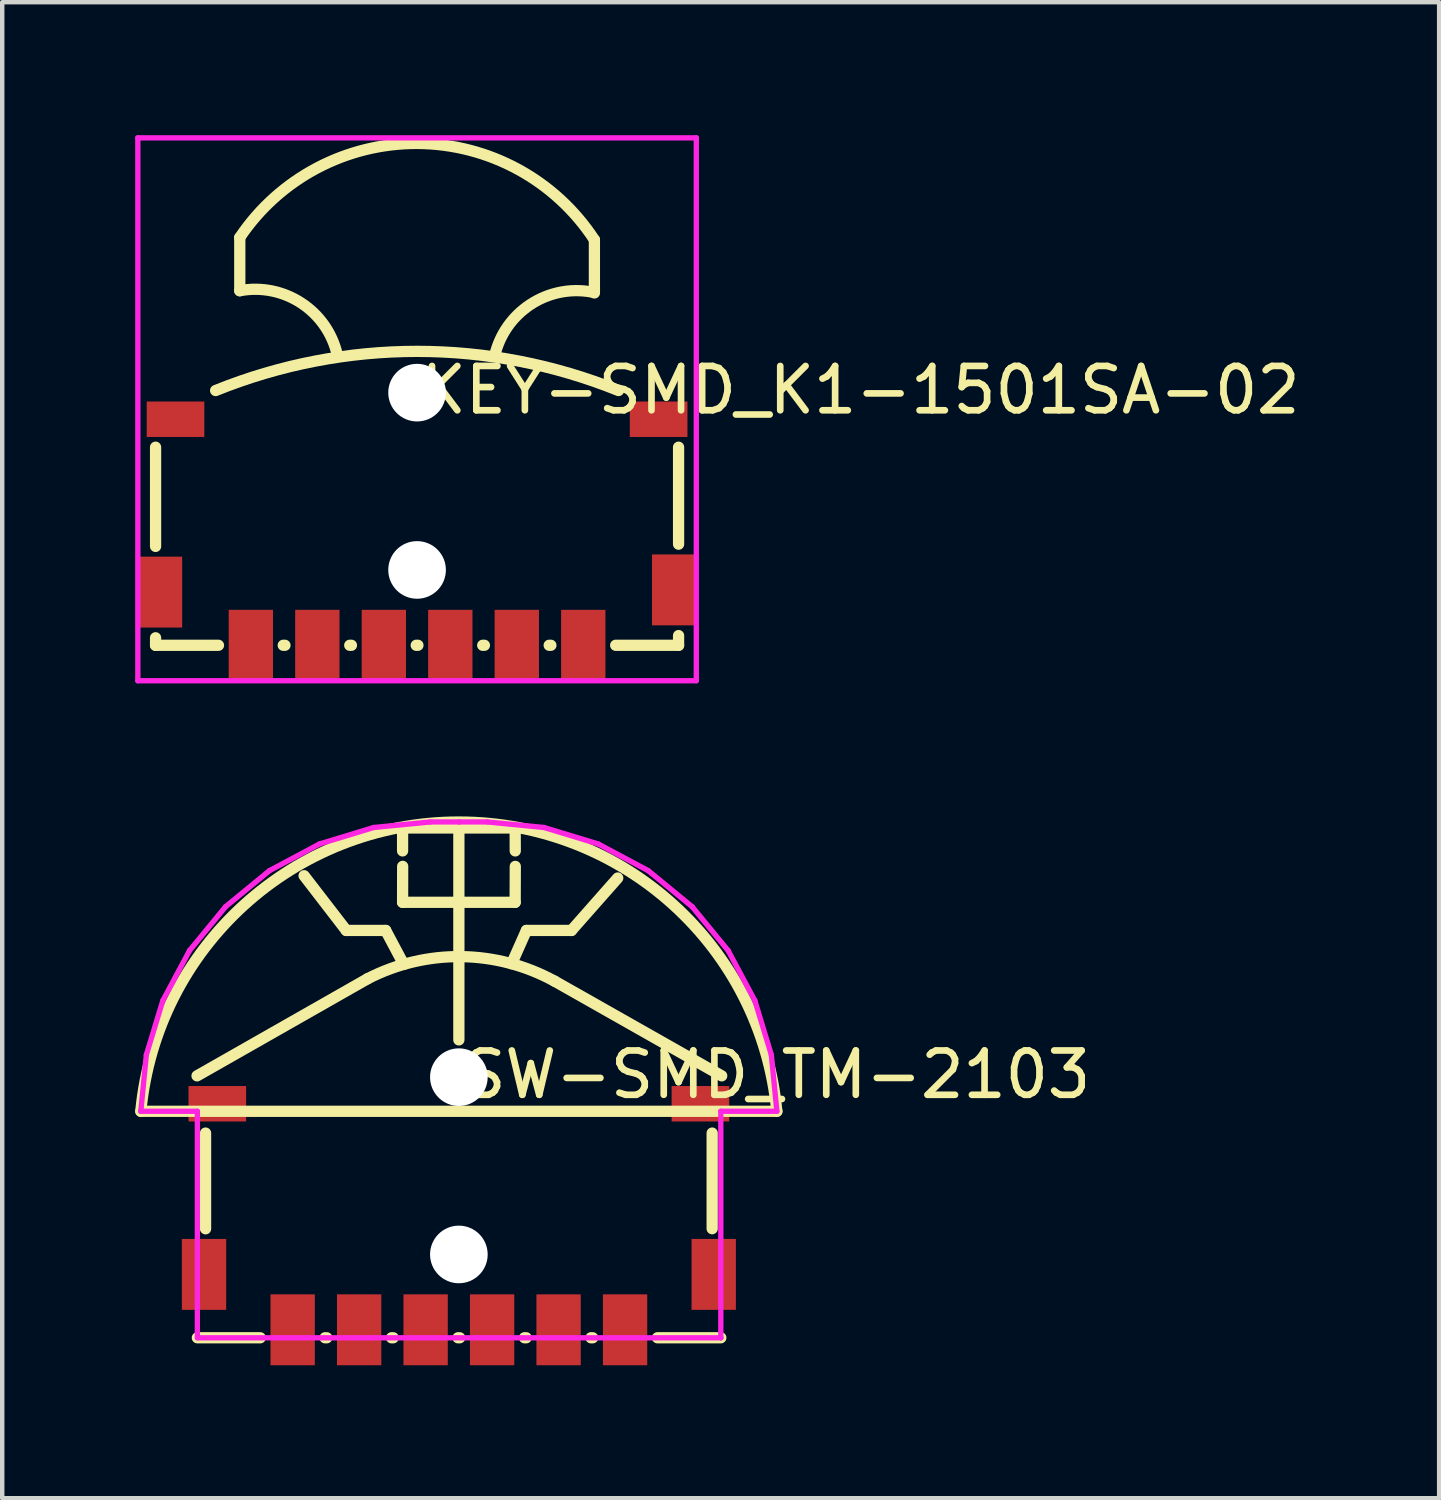
<source format=kicad_pcb>
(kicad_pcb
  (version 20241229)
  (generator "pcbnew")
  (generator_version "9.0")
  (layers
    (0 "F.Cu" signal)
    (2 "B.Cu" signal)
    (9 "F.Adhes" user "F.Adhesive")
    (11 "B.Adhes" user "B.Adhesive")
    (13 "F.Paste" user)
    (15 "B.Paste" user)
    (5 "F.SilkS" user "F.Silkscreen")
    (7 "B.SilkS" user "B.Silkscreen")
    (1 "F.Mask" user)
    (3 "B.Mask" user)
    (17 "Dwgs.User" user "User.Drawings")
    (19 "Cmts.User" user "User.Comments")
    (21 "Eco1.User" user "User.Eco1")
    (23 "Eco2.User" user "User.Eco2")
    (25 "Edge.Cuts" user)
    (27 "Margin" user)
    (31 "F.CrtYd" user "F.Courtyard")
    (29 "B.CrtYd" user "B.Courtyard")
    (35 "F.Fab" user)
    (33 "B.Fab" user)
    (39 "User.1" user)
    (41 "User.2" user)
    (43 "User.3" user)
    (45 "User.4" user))
  (footprint "SW-SMD_TM-2103"
    (layer "F.Cu")
    (at 7.303 24.403)
    (property "Reference" "SW-SMD_TM-2103" (at 0 -3.207 0) (layer "F.SilkS") (effects (font (size 1 1) (thickness 0.15)) (justify left)))
    (attr through_hole)
    (fp_line (start -5.9 2.73) (end -4.481 2.73) (stroke (width 0.254) (type solid)) (layer "F.SilkS"))
    (fp_line (start -5.715 -1.888) (end -5.715 0.271) (stroke (width 0.254) (type solid)) (layer "F.SilkS"))
    (fp_line (start -3.492 -7.695) (end -2.54 -6.46) (stroke (width 0.254) (type solid)) (layer "F.SilkS"))
    (fp_line (start -3.019 2.73) (end -2.981 2.73) (stroke (width 0.254) (type solid)) (layer "F.SilkS"))
    (fp_line (start -2.54 -6.46) (end -1.651 -6.46) (stroke (width 0.254) (type solid)) (layer "F.SilkS"))
    (fp_line (start -2.06 -5.37) (end -5.907 -3.18) (stroke (width 0.254) (type solid)) (layer "F.SilkS"))
    (fp_line (start -1.651 -6.46) (end -1.244 -5.695) (stroke (width 0.254) (type solid)) (layer "F.SilkS"))
    (fp_line (start -1.519 2.73) (end -1.481 2.73) (stroke (width 0.254) (type solid)) (layer "F.SilkS"))
    (fp_line (start -1.27 -8.772) (end 1.27 -8.772) (stroke (width 0.254) (type solid)) (layer "F.SilkS"))
    (fp_line (start -1.27 -8.255) (end -1.27 -8.772) (stroke (width 0.254) (type solid)) (layer "F.SilkS"))
    (fp_line (start -1.27 -7.095) (end 1.27 -7.095) (stroke (width 0.254) (type solid)) (layer "F.SilkS"))
    (fp_line (start -1.268 -7.906) (end -1.27 -7.095) (stroke (width 0.254) (type solid)) (layer "F.SilkS"))
    (fp_line (start -0.019 2.73) (end 0.019 2.73) (stroke (width 0.254) (type solid)) (layer "F.SilkS"))
    (fp_line (start 0 -3.991) (end 0 -8.88) (stroke (width 0.254) (type solid)) (layer "F.SilkS"))
    (fp_line (start 1.27 -8.772) (end 1.272 -8.255) (stroke (width 0.254) (type solid)) (layer "F.SilkS"))
    (fp_line (start 1.27 -7.095) (end 1.273 -7.905) (stroke (width 0.254) (type solid)) (layer "F.SilkS"))
    (fp_line (start 1.481 2.73) (end 1.519 2.73) (stroke (width 0.254) (type solid)) (layer "F.SilkS"))
    (fp_line (start 1.524 -6.46) (end 1.19 -5.709) (stroke (width 0.254) (type solid)) (layer "F.SilkS"))
    (fp_line (start 2.159 -5.317) (end 5.93 -3.18) (stroke (width 0.254) (type solid)) (layer "F.SilkS"))
    (fp_line (start 2.54 -6.46) (end 1.524 -6.46) (stroke (width 0.254) (type solid)) (layer "F.SilkS"))
    (fp_line (start 2.981 2.73) (end 3.019 2.73) (stroke (width 0.254) (type solid)) (layer "F.SilkS"))
    (fp_line (start 3.584 -7.643) (end 2.54 -6.46) (stroke (width 0.254) (type solid)) (layer "F.SilkS"))
    (fp_line (start 4.481 2.73) (end 5.91 2.73) (stroke (width 0.254) (type solid)) (layer "F.SilkS"))
    (fp_line (start 5.715 -1.888) (end 5.715 0.269) (stroke (width 0.254) (type solid)) (layer "F.SilkS"))
    (fp_line (start 7.175 -2.38) (end -7.175 -2.38) (stroke (width 0.254) (type solid)) (layer "F.SilkS"))
    (fp_arc (start -7.176 -2.38) (mid -0.000765 -8.907151) (end 7.174044 -2.379533) (stroke (width 0.254) (type solid)) (layer "F.SilkS"))
    (fp_arc (start -2.06 -5.37) (mid 0.05557 -5.869586) (end 2.157881 -5.316853) (stroke (width 0.254) (type solid)) (layer "F.SilkS"))
    (fp_circle (center -7.176 -8.908) (end -7.146 -8.908) (stroke (width 0.06) (type solid)) (fill no) (layer "Eco2.User"))
    (fp_poly (pts (xy -5.95 0.8) (xy -5.55 0.8) (xy -5.55 1.8) (xy -5.95 1.8)) (stroke (width 0.12) (type solid)) (fill no) (layer "Eco2.User"))
    (fp_poly (pts (xy -5.85 -2.7) (xy -5.05 -2.7) (xy -5.05 -2.4) (xy -5.85 -2.4)) (stroke (width 0.12) (type solid)) (fill no) (layer "Eco2.User"))
    (fp_poly (pts (xy -3.95 1.73) (xy -3.55 1.73) (xy -3.55 2.73) (xy -3.95 2.73)) (stroke (width 0.12) (type solid)) (fill no) (layer "Eco2.User"))
    (fp_poly (pts (xy -2.45 1.73) (xy -2.05 1.73) (xy -2.05 2.73) (xy -2.45 2.73)) (stroke (width 0.12) (type solid)) (fill no) (layer "Eco2.User"))
    (fp_poly (pts (xy -0.95 1.73) (xy -0.55 1.73) (xy -0.55 2.73) (xy -0.95 2.73)) (stroke (width 0.12) (type solid)) (fill no) (layer "Eco2.User"))
    (fp_poly (pts (xy 0.55 1.73) (xy 0.95 1.73) (xy 0.95 2.73) (xy 0.55 2.73)) (stroke (width 0.12) (type solid)) (fill no) (layer "Eco2.User"))
    (fp_poly (pts (xy 2.05 1.73) (xy 2.45 1.73) (xy 2.45 2.73) (xy 2.05 2.73)) (stroke (width 0.12) (type solid)) (fill no) (layer "Eco2.User"))
    (fp_poly (pts (xy 3.55 1.73) (xy 3.95 1.73) (xy 3.95 2.73) (xy 3.55 2.73)) (stroke (width 0.12) (type solid)) (fill no) (layer "Eco2.User"))
    (fp_poly (pts (xy 5.05 -2.7) (xy 5.85 -2.7) (xy 5.85 -2.4) (xy 5.05 -2.4)) (stroke (width 0.12) (type solid)) (fill no) (layer "Eco2.User"))
    (fp_poly (pts (xy 5.55 0.8) (xy 5.95 0.8) (xy 5.95 1.8) (xy 5.55 1.8)) (stroke (width 0.12) (type solid)) (fill no) (layer "Eco2.User"))
    (fp_line (start -7.176 -2.38) (end -7.051 -3.654) (stroke (width 0.12) (type solid)) (layer "F.CrtYd"))
    (fp_line (start -7.051 -3.654) (end -6.679 -4.878) (stroke (width 0.12) (type solid)) (layer "F.CrtYd"))
    (fp_line (start -6.679 -4.878) (end -6.076 -6.007) (stroke (width 0.12) (type solid)) (layer "F.CrtYd"))
    (fp_line (start -6.076 -6.007) (end -5.264 -6.996) (stroke (width 0.12) (type solid)) (layer "F.CrtYd"))
    (fp_line (start -5.9 -2.38) (end -7.176 -2.38) (stroke (width 0.12) (type solid)) (layer "F.CrtYd"))
    (fp_line (start -5.9 2.73) (end -5.9 -2.38) (stroke (width 0.12) (type solid)) (layer "F.CrtYd"))
    (fp_line (start -5.264 -6.996) (end -4.275 -7.808) (stroke (width 0.12) (type solid)) (layer "F.CrtYd"))
    (fp_line (start -4.275 -7.808) (end -3.146 -8.411) (stroke (width 0.12) (type solid)) (layer "F.CrtYd"))
    (fp_line (start -3.146 -8.411) (end -1.922 -8.783) (stroke (width 0.12) (type solid)) (layer "F.CrtYd"))
    (fp_line (start -1.922 -8.783) (end -0.648 -8.908) (stroke (width 0.12) (type solid)) (layer "F.CrtYd"))
    (fp_line (start -0.648 -8.908) (end 0.01 -8.908) (stroke (width 0.12) (type solid)) (layer "F.CrtYd"))
    (fp_line (start 0.01 -8.908) (end 0.647 -8.908) (stroke (width 0.12) (type solid)) (layer "F.CrtYd"))
    (fp_line (start 0.647 -8.908) (end 1.921 -8.783) (stroke (width 0.12) (type solid)) (layer "F.CrtYd"))
    (fp_line (start 1.921 -8.783) (end 3.145 -8.411) (stroke (width 0.12) (type solid)) (layer "F.CrtYd"))
    (fp_line (start 3.145 -8.411) (end 4.274 -7.808) (stroke (width 0.12) (type solid)) (layer "F.CrtYd"))
    (fp_line (start 4.274 -7.808) (end 5.263 -6.996) (stroke (width 0.12) (type solid)) (layer "F.CrtYd"))
    (fp_line (start 5.263 -6.996) (end 6.075 -6.007) (stroke (width 0.12) (type solid)) (layer "F.CrtYd"))
    (fp_line (start 5.91 -2.38) (end 5.91 2.73) (stroke (width 0.12) (type solid)) (layer "F.CrtYd"))
    (fp_line (start 5.91 2.73) (end -5.9 2.73) (stroke (width 0.12) (type solid)) (layer "F.CrtYd"))
    (fp_line (start 5.91 2.73) (end 5.91 2.73) (stroke (width 0.12) (type solid)) (layer "F.CrtYd"))
    (fp_line (start 6.075 -6.007) (end 6.678 -4.878) (stroke (width 0.12) (type solid)) (layer "F.CrtYd"))
    (fp_line (start 6.678 -4.878) (end 7.05 -3.654) (stroke (width 0.12) (type solid)) (layer "F.CrtYd"))
    (fp_line (start 7.05 -3.654) (end 7.175 -2.38) (stroke (width 0.12) (type solid)) (layer "F.CrtYd"))
    (fp_line (start 7.175 -2.38) (end 5.91 -2.38) (stroke (width 0.12) (type solid)) (layer "F.CrtYd"))
    (pad "" np_thru_hole circle (at 0 -3.15) (size 1.3 1.3) (drill 1.3) (layers "*.Cu" "*.Mask"))
    (pad "" np_thru_hole circle (at 0 0.85) (size 1.3 1.3) (drill 1.3) (layers "*.Cu" "*.Mask"))
    (pad "a" smd rect (at -5.45 -2.55) (size 1.3 0.8) (layers "F.Cu" "F.Mask" "F.Paste"))
    (pad "a" smd rect (at 5.45 -2.55) (size 1.3 0.8) (layers "F.Cu" "F.Mask" "F.Paste"))
    (pad "b" smd rect (at 3.75 2.55) (size 1 1.6) (layers "F.Cu" "F.Mask" "F.Paste"))
    (pad "c" smd rect (at 2.25 2.55) (size 1 1.6) (layers "F.Cu" "F.Mask" "F.Paste"))
    (pad "d" smd rect (at 0.75 2.55) (size 1 1.6) (layers "F.Cu" "F.Mask" "F.Paste"))
    (pad "e" smd rect (at -0.75 2.55) (size 1 1.6) (layers "F.Cu" "F.Mask" "F.Paste"))
    (pad "f" smd rect (at -2.25 2.55) (size 1 1.6) (layers "F.Cu" "F.Mask" "F.Paste"))
    (pad "g" smd rect (at -3.75 2.55) (size 1 1.6) (layers "F.Cu" "F.Mask" "F.Paste"))
    (pad "s" smd rect (at -5.75 1.3) (size 1 1.6) (layers "F.Cu" "F.Mask" "F.Paste"))
    (pad "s" smd rect (at 5.75 1.3) (size 1 1.6) (layers "F.Cu" "F.Mask" "F.Paste")))
  (footprint "KEY-SMD_K1-1501SA-02"
    (layer "F.Cu")
    (at 6.36 8.959)
    (property "Reference" "KEY-SMD_K1-1501SA-02" (at 0 -3.207 0) (layer "F.SilkS") (effects (font (size 1 1) (thickness 0.15)) (justify left)))
    (attr through_hole)
    (fp_line (start -5.9 0.319) (end -5.9 -1.919) (stroke (width 0.254) (type solid)) (layer "F.SilkS"))
    (fp_line (start -5.9 2.55) (end -5.9 2.381) (stroke (width 0.254) (type solid)) (layer "F.SilkS"))
    (fp_line (start -5.9 2.55) (end -4.481 2.55) (stroke (width 0.254) (type solid)) (layer "F.SilkS"))
    (fp_line (start -4 -6.65) (end -4 -5.45) (stroke (width 0.254) (type solid)) (layer "F.SilkS"))
    (fp_line (start -3.019 2.55) (end -2.981 2.55) (stroke (width 0.254) (type solid)) (layer "F.SilkS"))
    (fp_line (start -1.519 2.55) (end -1.481 2.55) (stroke (width 0.254) (type solid)) (layer "F.SilkS"))
    (fp_line (start -0.019 2.55) (end 0.019 2.55) (stroke (width 0.254) (type solid)) (layer "F.SilkS"))
    (fp_line (start 1.481 2.55) (end 1.519 2.55) (stroke (width 0.254) (type solid)) (layer "F.SilkS"))
    (fp_line (start 2.981 2.55) (end 3.019 2.55) (stroke (width 0.254) (type solid)) (layer "F.SilkS"))
    (fp_line (start 4.001 -6.599) (end 4.001 -5.4) (stroke (width 0.254) (type solid)) (layer "F.SilkS"))
    (fp_line (start 4.481 2.55) (end 5.9 2.55) (stroke (width 0.254) (type solid)) (layer "F.SilkS"))
    (fp_line (start 5.9 0.269) (end 5.9 -1.919) (stroke (width 0.254) (type solid)) (layer "F.SilkS"))
    (fp_line (start 5.9 2.55) (end 5.9 2.331) (stroke (width 0.254) (type solid)) (layer "F.SilkS"))
    (fp_arc (start -4.544802 -3.19808) (mid 0.000107 -4.081478) (end 4.545 -3.198) (stroke (width 0.254) (type solid)) (layer "F.SilkS"))
    (fp_arc (start -4.000657 -5.449851) (mid -2.607717 -5.169066) (end -1.8 -4) (stroke (width 0.254) (type solid)) (layer "F.SilkS"))
    (fp_arc (start -4.00048 -6.650556) (mid 0.013329 -8.772635) (end 4 -6.6) (stroke (width 0.254) (type solid)) (layer "F.SilkS"))
    (fp_arc (start 1.748 -3.969) (mid 2.555725 -5.138071) (end 3.948676 -5.418847) (stroke (width 0.254) (type solid)) (layer "F.SilkS"))
    (fp_circle (center -6.3 3.35) (end -6.27 3.35) (stroke (width 0.06) (type solid)) (fill no) (layer "Eco2.User"))
    (fp_circle (center 0 -3.15) (end 0.275 -3.15) (stroke (width 0.55) (type solid)) (fill no) (layer "Eco2.User"))
    (fp_circle (center 0 0.85) (end 0.275 0.85) (stroke (width 0.55) (type solid)) (fill no) (layer "Eco2.User"))
    (fp_poly (pts (xy -6.3 0.55) (xy -5.3 0.55) (xy -5.3 2.15) (xy -6.3 2.15)) (stroke (width 0.12) (type solid)) (fill no) (layer "Eco2.User"))
    (fp_poly (pts (xy -6.1 -2.15) (xy -6.1 -2.95) (xy -4.8 -2.95) (xy -4.8 -2.15)) (stroke (width 0.12) (type solid)) (fill no) (layer "Eco2.User"))
    (fp_poly (pts (xy -4.25 1.75) (xy -3.25 1.75) (xy -3.25 3.35) (xy -4.25 3.35)) (stroke (width 0.12) (type solid)) (fill no) (layer "Eco2.User"))
    (fp_poly (pts (xy -2.75 1.75) (xy -1.75 1.75) (xy -1.75 3.35) (xy -2.75 3.35)) (stroke (width 0.12) (type solid)) (fill no) (layer "Eco2.User"))
    (fp_poly (pts (xy -1.25 1.75) (xy -0.25 1.75) (xy -0.25 3.35) (xy -1.25 3.35)) (stroke (width 0.12) (type solid)) (fill no) (layer "Eco2.User"))
    (fp_poly (pts (xy 0.25 1.75) (xy 1.25 1.75) (xy 1.25 3.35) (xy 0.25 3.35)) (stroke (width 0.12) (type solid)) (fill no) (layer "Eco2.User"))
    (fp_poly (pts (xy 1.75 1.75) (xy 2.75 1.75) (xy 2.75 3.35) (xy 1.75 3.35)) (stroke (width 0.12) (type solid)) (fill no) (layer "Eco2.User"))
    (fp_poly (pts (xy 3.25 1.75) (xy 4.25 1.75) (xy 4.25 3.35) (xy 3.25 3.35)) (stroke (width 0.12) (type solid)) (fill no) (layer "Eco2.User"))
    (fp_poly (pts (xy 4.8 -2.15) (xy 4.8 -2.95) (xy 6.1 -2.95) (xy 6.1 -2.15)) (stroke (width 0.12) (type solid)) (fill no) (layer "Eco2.User"))
    (fp_poly (pts (xy 5.3 0.5) (xy 6.3 0.5) (xy 6.3 2.1) (xy 5.3 2.1)) (stroke (width 0.12) (type solid)) (fill no) (layer "Eco2.User"))
    (fp_line (start -6.3 -8.899) (end 6.3 -8.899) (stroke (width 0.12) (type solid)) (layer "F.CrtYd"))
    (fp_line (start -6.3 3.35) (end -6.3 -8.899) (stroke (width 0.12) (type solid)) (layer "F.CrtYd"))
    (fp_line (start 6.3 -8.899) (end 6.3 3.35) (stroke (width 0.12) (type solid)) (layer "F.CrtYd"))
    (fp_line (start 6.3 3.35) (end -6.3 3.35) (stroke (width 0.12) (type solid)) (layer "F.CrtYd"))
    (pad "" np_thru_hole circle (at 0 -3.15) (size 1.3 1.3) (drill 1.3) (layers "*.Cu" "*.Mask"))
    (pad "" np_thru_hole circle (at 0 0.85) (size 1.3 1.3) (drill 1.3) (layers "*.Cu" "*.Mask"))
    (pad "7" smd rect (at -5.8 1.35) (size 1 1.6) (layers "F.Cu" "F.Mask" "F.Paste"))
    (pad "8" smd rect (at 5.8 1.3) (size 1 1.6) (layers "F.Cu" "F.Mask" "F.Paste"))
    (pad "10" smd rect (at -5.45 -2.55 90) (size 0.8 1.3) (layers "F.Cu" "F.Mask" "F.Paste"))
    (pad "a" smd rect (at 5.45 -2.55 90) (size 0.8 1.3) (layers "F.Cu" "F.Mask" "F.Paste"))
    (pad "b" smd rect (at 3.75 2.55) (size 1 1.6) (layers "F.Cu" "F.Mask" "F.Paste"))
    (pad "c" smd rect (at 2.25 2.55) (size 1 1.6) (layers "F.Cu" "F.Mask" "F.Paste"))
    (pad "d" smd rect (at 0.75 2.55) (size 1 1.6) (layers "F.Cu" "F.Mask" "F.Paste"))
    (pad "e" smd rect (at -0.75 2.55) (size 1 1.6) (layers "F.Cu" "F.Mask" "F.Paste"))
    (pad "f" smd rect (at -2.25 2.55) (size 1 1.6) (layers "F.Cu" "F.Mask" "F.Paste"))
    (pad "g" smd rect (at -3.75 2.55) (size 1 1.6) (layers "F.Cu" "F.Mask" "F.Paste")))
  (gr_rect
    (start -3 -3)
    (end 29.42 30.753)
    (stroke (width 0.1) (type default))
    (fill no)
    (layer "Edge.Cuts")))
</source>
